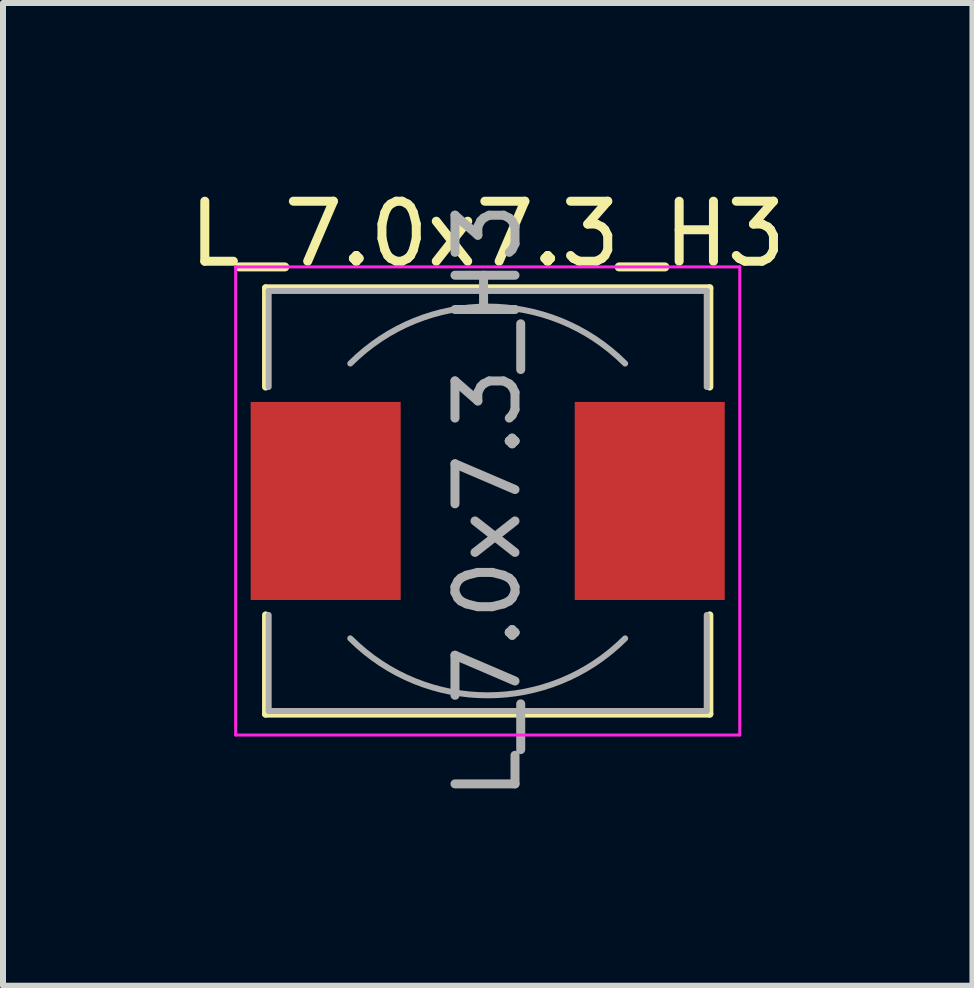
<source format=kicad_pcb>
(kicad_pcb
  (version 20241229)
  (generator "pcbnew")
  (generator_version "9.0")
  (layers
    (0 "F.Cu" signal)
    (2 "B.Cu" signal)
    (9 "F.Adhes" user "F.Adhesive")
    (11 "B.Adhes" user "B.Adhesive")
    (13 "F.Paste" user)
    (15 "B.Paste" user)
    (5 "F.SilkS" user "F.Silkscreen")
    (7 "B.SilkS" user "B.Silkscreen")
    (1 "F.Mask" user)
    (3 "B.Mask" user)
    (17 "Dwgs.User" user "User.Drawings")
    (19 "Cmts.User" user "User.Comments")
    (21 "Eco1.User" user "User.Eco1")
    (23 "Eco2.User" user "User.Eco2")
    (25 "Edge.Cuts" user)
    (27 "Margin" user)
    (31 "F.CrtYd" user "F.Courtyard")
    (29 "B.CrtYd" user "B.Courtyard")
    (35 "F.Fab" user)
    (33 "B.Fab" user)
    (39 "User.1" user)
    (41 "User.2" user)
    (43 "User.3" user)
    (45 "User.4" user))
  (footprint "L_7.0x7.3_H3"
    (layer "F.Cu")
    (at 5.077 5.298)
    (property "Reference" "L_7.0x7.3_H3" (at 0 -4.45 0) (layer "F.SilkS") (effects (font (size 1 1) (thickness 0.15))))
    (attr smd)
    (fp_line (start -3.7 -3.55) (end 3.7 -3.55) (stroke (width 0.12) (type solid)) (layer "F.SilkS"))
    (fp_line (start -3.7 -1.9) (end -3.7 -3.55) (stroke (width 0.12) (type solid)) (layer "F.SilkS"))
    (fp_line (start -3.7 3.55) (end -3.7 1.9) (stroke (width 0.12) (type solid)) (layer "F.SilkS"))
    (fp_line (start 3.7 -3.55) (end 3.7 -1.9) (stroke (width 0.12) (type solid)) (layer "F.SilkS"))
    (fp_line (start 3.7 1.9) (end 3.7 3.55) (stroke (width 0.12) (type solid)) (layer "F.SilkS"))
    (fp_line (start 3.7 3.55) (end -3.7 3.55) (stroke (width 0.12) (type solid)) (layer "F.SilkS"))
    (fp_line (start -4.2 -3.9) (end -4.2 3.9) (stroke (width 0.05) (type solid)) (layer "F.CrtYd"))
    (fp_line (start -4.2 3.9) (end 4.2 3.9) (stroke (width 0.05) (type solid)) (layer "F.CrtYd"))
    (fp_line (start 4.2 -3.9) (end -4.2 -3.9) (stroke (width 0.05) (type solid)) (layer "F.CrtYd"))
    (fp_line (start 4.2 3.9) (end 4.2 -3.9) (stroke (width 0.05) (type solid)) (layer "F.CrtYd"))
    (fp_line (start -3.65 -3.5) (end -3.65 -1.9) (stroke (width 0.1) (type solid)) (layer "F.Fab"))
    (fp_line (start -3.65 -3.5) (end 3.65 -3.5) (stroke (width 0.1) (type solid)) (layer "F.Fab"))
    (fp_line (start -3.65 3.5) (end -3.65 1.9) (stroke (width 0.1) (type solid)) (layer "F.Fab"))
    (fp_line (start 3.65 -3.5) (end 3.65 -1.9) (stroke (width 0.1) (type solid)) (layer "F.Fab"))
    (fp_line (start 3.65 3.5) (end -3.65 3.5) (stroke (width 0.1) (type solid)) (layer "F.Fab"))
    (fp_line (start 3.65 3.5) (end 3.65 1.9) (stroke (width 0.1) (type solid)) (layer "F.Fab"))
    (fp_arc (start -2.29 -2.29) (mid 0 -3.238549) (end 2.29 -2.29) (stroke (width 0.1) (type solid)) (layer "F.Fab"))
    (fp_arc (start 2.29 2.29) (mid 0 3.238549) (end -2.29 2.29) (stroke (width 0.1) (type solid)) (layer "F.Fab"))
    (fp_text user "${REFERENCE}" (at 0 0 90) (layer "F.Fab") (effects (font (size 1 1) (thickness 0.15))))
    (pad "1" smd rect (at -2.7 0) (size 2.5 3.3) (layers "F.Cu" "F.Mask" "F.Paste"))
    (pad "2" smd rect (at 2.7 0) (size 2.5 3.3) (layers "F.Cu" "F.Mask" "F.Paste")))
  (gr_rect
    (start -3 -3)
    (end 13.155 13.376)
    (stroke (width 0.1) (type default))
    (fill no)
    (layer "Edge.Cuts")))
</source>
